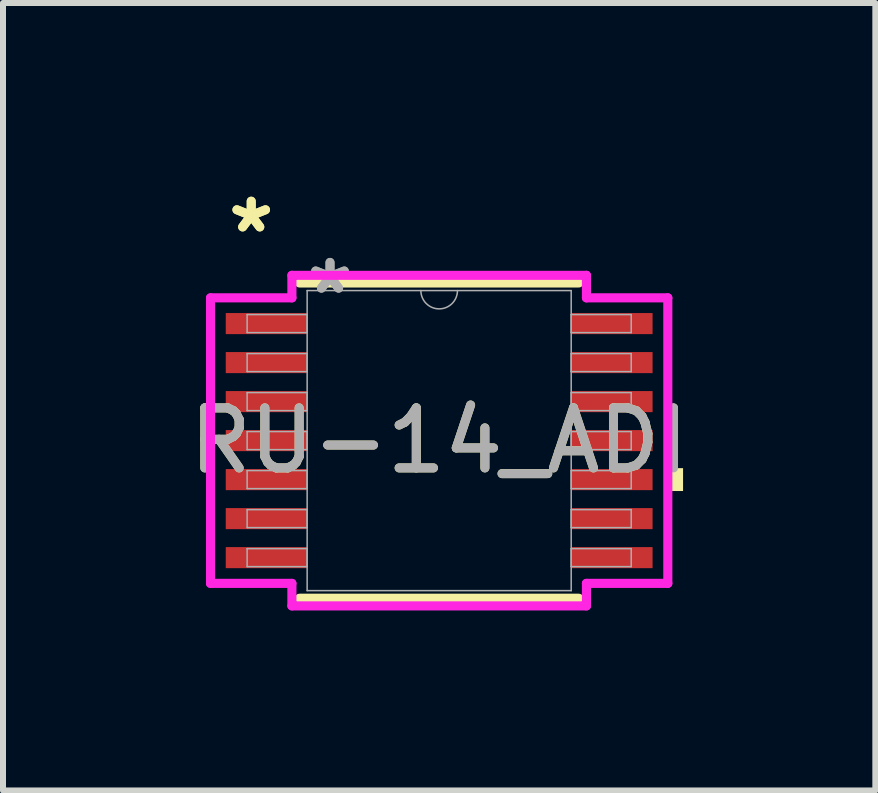
<source format=kicad_pcb>
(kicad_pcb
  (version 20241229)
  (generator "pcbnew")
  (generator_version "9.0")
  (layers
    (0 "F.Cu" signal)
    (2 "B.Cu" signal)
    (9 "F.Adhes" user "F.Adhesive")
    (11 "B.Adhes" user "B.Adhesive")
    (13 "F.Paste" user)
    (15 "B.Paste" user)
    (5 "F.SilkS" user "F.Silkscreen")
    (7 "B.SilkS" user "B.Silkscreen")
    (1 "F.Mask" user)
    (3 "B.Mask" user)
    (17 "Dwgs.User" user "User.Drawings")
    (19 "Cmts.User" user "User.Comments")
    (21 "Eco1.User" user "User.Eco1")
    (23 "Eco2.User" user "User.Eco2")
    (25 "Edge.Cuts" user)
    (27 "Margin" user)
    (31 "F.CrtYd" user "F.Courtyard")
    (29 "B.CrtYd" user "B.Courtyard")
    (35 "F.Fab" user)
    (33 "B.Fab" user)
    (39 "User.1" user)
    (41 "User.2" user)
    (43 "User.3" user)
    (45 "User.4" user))
  (footprint "RU-14_ADI"
    (layer "F.Cu")
    (at 4.268 4.292)
    (property "Reference" "RU-14_ADI" (at 0 0 0) (unlocked yes) (layer "F.SilkS") (effects (font (size 1 1) (thickness 0.15))))
    (attr smd)
    (fp_line (start -2.327 2.627) (end 2.327 2.627) (stroke (width 0.152) (type solid)) (layer "F.SilkS"))
    (fp_line (start 2.327 -2.627) (end -2.327 -2.627) (stroke (width 0.152) (type solid)) (layer "F.SilkS"))
    (fp_poly (pts (xy 4.064 0.459) (xy 4.064 0.84) (xy 3.81 0.84) (xy 3.81 0.459)) (stroke (width 0) (type solid)) (fill yes) (layer "F.SilkS"))
    (fp_line (start -3.81 -2.379) (end -2.454 -2.379) (stroke (width 0.152) (type solid)) (layer "F.CrtYd"))
    (fp_line (start -3.81 2.379) (end -3.81 -2.379) (stroke (width 0.152) (type solid)) (layer "F.CrtYd"))
    (fp_line (start -3.81 2.379) (end -2.454 2.379) (stroke (width 0.152) (type solid)) (layer "F.CrtYd"))
    (fp_line (start -2.454 -2.754) (end 2.454 -2.754) (stroke (width 0.152) (type solid)) (layer "F.CrtYd"))
    (fp_line (start -2.454 -2.379) (end -2.454 -2.754) (stroke (width 0.152) (type solid)) (layer "F.CrtYd"))
    (fp_line (start -2.454 2.754) (end -2.454 2.379) (stroke (width 0.152) (type solid)) (layer "F.CrtYd"))
    (fp_line (start 2.454 -2.754) (end 2.454 -2.379) (stroke (width 0.152) (type solid)) (layer "F.CrtYd"))
    (fp_line (start 2.454 2.379) (end 2.454 2.754) (stroke (width 0.152) (type solid)) (layer "F.CrtYd"))
    (fp_line (start 2.454 2.754) (end -2.454 2.754) (stroke (width 0.152) (type solid)) (layer "F.CrtYd"))
    (fp_line (start 3.81 -2.379) (end 2.454 -2.379) (stroke (width 0.152) (type solid)) (layer "F.CrtYd"))
    (fp_line (start 3.81 -2.379) (end 3.81 2.379) (stroke (width 0.152) (type solid)) (layer "F.CrtYd"))
    (fp_line (start 3.81 2.379) (end 2.454 2.379) (stroke (width 0.152) (type solid)) (layer "F.CrtYd"))
    (fp_line (start -3.2 -2.1) (end -3.2 -1.8) (stroke (width 0.025) (type solid)) (layer "F.Fab"))
    (fp_line (start -3.2 -1.8) (end -2.2 -1.8) (stroke (width 0.025) (type solid)) (layer "F.Fab"))
    (fp_line (start -3.2 -1.45) (end -3.2 -1.15) (stroke (width 0.025) (type solid)) (layer "F.Fab"))
    (fp_line (start -3.2 -1.15) (end -2.2 -1.15) (stroke (width 0.025) (type solid)) (layer "F.Fab"))
    (fp_line (start -3.2 -0.8) (end -3.2 -0.5) (stroke (width 0.025) (type solid)) (layer "F.Fab"))
    (fp_line (start -3.2 -0.5) (end -2.2 -0.5) (stroke (width 0.025) (type solid)) (layer "F.Fab"))
    (fp_line (start -3.2 -0.15) (end -3.2 0.15) (stroke (width 0.025) (type solid)) (layer "F.Fab"))
    (fp_line (start -3.2 0.15) (end -2.2 0.15) (stroke (width 0.025) (type solid)) (layer "F.Fab"))
    (fp_line (start -3.2 0.5) (end -3.2 0.8) (stroke (width 0.025) (type solid)) (layer "F.Fab"))
    (fp_line (start -3.2 0.8) (end -2.2 0.8) (stroke (width 0.025) (type solid)) (layer "F.Fab"))
    (fp_line (start -3.2 1.15) (end -3.2 1.45) (stroke (width 0.025) (type solid)) (layer "F.Fab"))
    (fp_line (start -3.2 1.45) (end -2.2 1.45) (stroke (width 0.025) (type solid)) (layer "F.Fab"))
    (fp_line (start -3.2 1.8) (end -3.2 2.1) (stroke (width 0.025) (type solid)) (layer "F.Fab"))
    (fp_line (start -3.2 2.1) (end -2.2 2.1) (stroke (width 0.025) (type solid)) (layer "F.Fab"))
    (fp_line (start -2.2 -2.5) (end -2.2 2.5) (stroke (width 0.025) (type solid)) (layer "F.Fab"))
    (fp_line (start -2.2 -2.1) (end -3.2 -2.1) (stroke (width 0.025) (type solid)) (layer "F.Fab"))
    (fp_line (start -2.2 -1.8) (end -2.2 -2.1) (stroke (width 0.025) (type solid)) (layer "F.Fab"))
    (fp_line (start -2.2 -1.45) (end -3.2 -1.45) (stroke (width 0.025) (type solid)) (layer "F.Fab"))
    (fp_line (start -2.2 -1.15) (end -2.2 -1.45) (stroke (width 0.025) (type solid)) (layer "F.Fab"))
    (fp_line (start -2.2 -0.8) (end -3.2 -0.8) (stroke (width 0.025) (type solid)) (layer "F.Fab"))
    (fp_line (start -2.2 -0.5) (end -2.2 -0.8) (stroke (width 0.025) (type solid)) (layer "F.Fab"))
    (fp_line (start -2.2 -0.15) (end -3.2 -0.15) (stroke (width 0.025) (type solid)) (layer "F.Fab"))
    (fp_line (start -2.2 0.15) (end -2.2 -0.15) (stroke (width 0.025) (type solid)) (layer "F.Fab"))
    (fp_line (start -2.2 0.5) (end -3.2 0.5) (stroke (width 0.025) (type solid)) (layer "F.Fab"))
    (fp_line (start -2.2 0.8) (end -2.2 0.5) (stroke (width 0.025) (type solid)) (layer "F.Fab"))
    (fp_line (start -2.2 1.15) (end -3.2 1.15) (stroke (width 0.025) (type solid)) (layer "F.Fab"))
    (fp_line (start -2.2 1.45) (end -2.2 1.15) (stroke (width 0.025) (type solid)) (layer "F.Fab"))
    (fp_line (start -2.2 1.8) (end -3.2 1.8) (stroke (width 0.025) (type solid)) (layer "F.Fab"))
    (fp_line (start -2.2 2.1) (end -2.2 1.8) (stroke (width 0.025) (type solid)) (layer "F.Fab"))
    (fp_line (start -2.2 2.5) (end 2.2 2.5) (stroke (width 0.025) (type solid)) (layer "F.Fab"))
    (fp_line (start 2.2 -2.5) (end -2.2 -2.5) (stroke (width 0.025) (type solid)) (layer "F.Fab"))
    (fp_line (start 2.2 -2.1) (end 2.2 -1.8) (stroke (width 0.025) (type solid)) (layer "F.Fab"))
    (fp_line (start 2.2 -1.8) (end 3.2 -1.8) (stroke (width 0.025) (type solid)) (layer "F.Fab"))
    (fp_line (start 2.2 -1.45) (end 2.2 -1.15) (stroke (width 0.025) (type solid)) (layer "F.Fab"))
    (fp_line (start 2.2 -1.15) (end 3.2 -1.15) (stroke (width 0.025) (type solid)) (layer "F.Fab"))
    (fp_line (start 2.2 -0.8) (end 2.2 -0.5) (stroke (width 0.025) (type solid)) (layer "F.Fab"))
    (fp_line (start 2.2 -0.5) (end 3.2 -0.5) (stroke (width 0.025) (type solid)) (layer "F.Fab"))
    (fp_line (start 2.2 -0.15) (end 2.2 0.15) (stroke (width 0.025) (type solid)) (layer "F.Fab"))
    (fp_line (start 2.2 0.15) (end 3.2 0.15) (stroke (width 0.025) (type solid)) (layer "F.Fab"))
    (fp_line (start 2.2 0.5) (end 2.2 0.8) (stroke (width 0.025) (type solid)) (layer "F.Fab"))
    (fp_line (start 2.2 0.8) (end 3.2 0.8) (stroke (width 0.025) (type solid)) (layer "F.Fab"))
    (fp_line (start 2.2 1.15) (end 2.2 1.45) (stroke (width 0.025) (type solid)) (layer "F.Fab"))
    (fp_line (start 2.2 1.45) (end 3.2 1.45) (stroke (width 0.025) (type solid)) (layer "F.Fab"))
    (fp_line (start 2.2 1.8) (end 2.2 2.1) (stroke (width 0.025) (type solid)) (layer "F.Fab"))
    (fp_line (start 2.2 2.1) (end 3.2 2.1) (stroke (width 0.025) (type solid)) (layer "F.Fab"))
    (fp_line (start 2.2 2.5) (end 2.2 -2.5) (stroke (width 0.025) (type solid)) (layer "F.Fab"))
    (fp_line (start 3.2 -2.1) (end 2.2 -2.1) (stroke (width 0.025) (type solid)) (layer "F.Fab"))
    (fp_line (start 3.2 -1.8) (end 3.2 -2.1) (stroke (width 0.025) (type solid)) (layer "F.Fab"))
    (fp_line (start 3.2 -1.45) (end 2.2 -1.45) (stroke (width 0.025) (type solid)) (layer "F.Fab"))
    (fp_line (start 3.2 -1.15) (end 3.2 -1.45) (stroke (width 0.025) (type solid)) (layer "F.Fab"))
    (fp_line (start 3.2 -0.8) (end 2.2 -0.8) (stroke (width 0.025) (type solid)) (layer "F.Fab"))
    (fp_line (start 3.2 -0.5) (end 3.2 -0.8) (stroke (width 0.025) (type solid)) (layer "F.Fab"))
    (fp_line (start 3.2 -0.15) (end 2.2 -0.15) (stroke (width 0.025) (type solid)) (layer "F.Fab"))
    (fp_line (start 3.2 0.15) (end 3.2 -0.15) (stroke (width 0.025) (type solid)) (layer "F.Fab"))
    (fp_line (start 3.2 0.5) (end 2.2 0.5) (stroke (width 0.025) (type solid)) (layer "F.Fab"))
    (fp_line (start 3.2 0.8) (end 3.2 0.5) (stroke (width 0.025) (type solid)) (layer "F.Fab"))
    (fp_line (start 3.2 1.15) (end 2.2 1.15) (stroke (width 0.025) (type solid)) (layer "F.Fab"))
    (fp_line (start 3.2 1.45) (end 3.2 1.15) (stroke (width 0.025) (type solid)) (layer "F.Fab"))
    (fp_line (start 3.2 1.8) (end 2.2 1.8) (stroke (width 0.025) (type solid)) (layer "F.Fab"))
    (fp_line (start 3.2 2.1) (end 3.2 1.8) (stroke (width 0.025) (type solid)) (layer "F.Fab"))
    (fp_arc (start 0.3048 -2.5) (mid 0 -2.1952) (end -0.3048 -2.5) (stroke (width 0.0254) (type solid)) (layer "F.Fab"))
    (fp_text user "*" (at -3.132 -3.444 0) (layer "F.SilkS") (effects (font (size 1 1) (thickness 0.15))))
    (fp_text user "*" (at -3.132 -3.444 0) (unlocked yes) (layer "F.SilkS") (effects (font (size 1 1) (thickness 0.15))))
    (fp_text user "*" (at -1.819 -2.424 0) (unlocked yes) (layer "F.Fab") (effects (font (size 1 1) (thickness 0.15))))
    (fp_text user "${REFERENCE}" (at 0 0 0) (unlocked yes) (layer "F.Fab") (effects (font (size 1 1) (thickness 0.15))))
    (fp_text user "*" (at -1.819 -2.424 0) (layer "F.Fab") (effects (font (size 1 1) (thickness 0.15))))
    (pad "1" smd rect (at -2.878 -1.95) (size 1.356 0.351) (layers "F.Cu" "F.Mask" "F.Paste"))
    (pad "2" smd rect (at -2.878 -1.3) (size 1.356 0.351) (layers "F.Cu" "F.Mask" "F.Paste"))
    (pad "3" smd rect (at -2.878 -0.65) (size 1.356 0.351) (layers "F.Cu" "F.Mask" "F.Paste"))
    (pad "4" smd rect (at -2.878 0) (size 1.356 0.351) (layers "F.Cu" "F.Mask" "F.Paste"))
    (pad "5" smd rect (at -2.878 0.65) (size 1.356 0.351) (layers "F.Cu" "F.Mask" "F.Paste"))
    (pad "6" smd rect (at -2.878 1.3) (size 1.356 0.351) (layers "F.Cu" "F.Mask" "F.Paste"))
    (pad "7" smd rect (at -2.878 1.95) (size 1.356 0.351) (layers "F.Cu" "F.Mask" "F.Paste"))
    (pad "8" smd rect (at 2.878 1.95) (size 1.356 0.351) (layers "F.Cu" "F.Mask" "F.Paste"))
    (pad "9" smd rect (at 2.878 1.3) (size 1.356 0.351) (layers "F.Cu" "F.Mask" "F.Paste"))
    (pad "10" smd rect (at 2.878 0.65) (size 1.356 0.351) (layers "F.Cu" "F.Mask" "F.Paste"))
    (pad "11" smd rect (at 2.878 0) (size 1.356 0.351) (layers "F.Cu" "F.Mask" "F.Paste"))
    (pad "12" smd rect (at 2.878 -0.65) (size 1.356 0.351) (layers "F.Cu" "F.Mask" "F.Paste"))
    (pad "13" smd rect (at 2.878 -1.3) (size 1.356 0.351) (layers "F.Cu" "F.Mask" "F.Paste"))
    (pad "14" smd rect (at 2.878 -1.95) (size 1.356 0.351) (layers "F.Cu" "F.Mask" "F.Paste")))
  (gr_rect
    (start -3 -3)
    (end 11.536 10.122)
    (stroke (width 0.1) (type default))
    (fill no)
    (layer "Edge.Cuts")))
</source>
